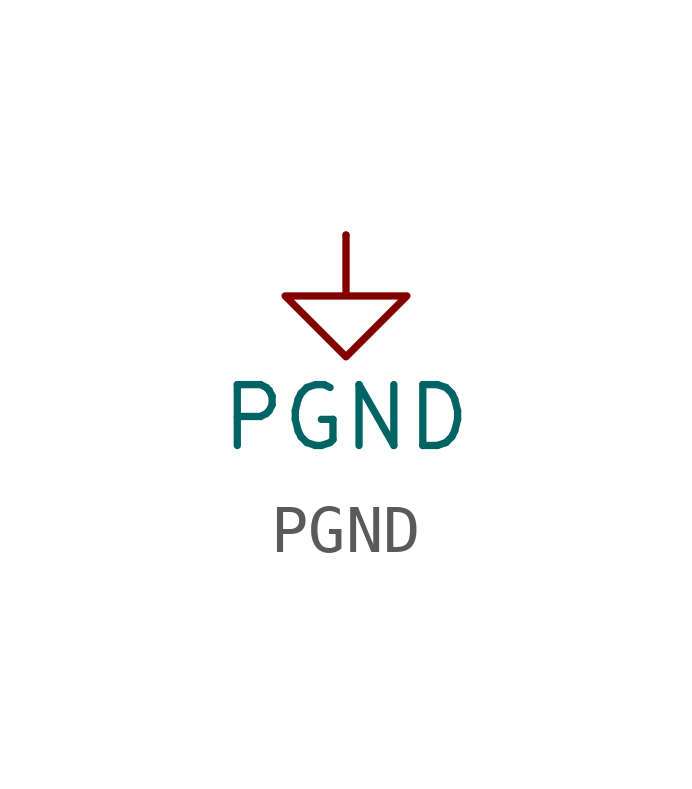
<source format=kicad_sym>
(kicad_symbol_lib
  (version 20241209)
  (generator "kicad_symbol_editor")
  (generator_version "9.0")
  (symbol "PGND"
    (power)
    (pin_numbers
      (hide yes))
    (pin_names
      (offset 0)
      (hide yes))
    (property "Reference" "#PWR"
      (at 0 -6.35 0)
      (effects (font (size 1.27 1.27)) (hide yes)))
    (property "Value" "PGND"
      (at 0 -3.81 0)
      (do_not_autoplace)
      (effects (font (size 1.27 1.27))))
    (symbol "PGND_0_1"
      (polyline (pts (xy 0 0) (xy 0 -1.27) (xy 1.27 -1.27) (xy 0 -2.54) (xy -1.27 -1.27) (xy 0 -1.27)) (stroke (width 0) (type default)) (fill (type none))))
    (symbol "PGND_1_1"
      (pin power_in line (at 0 0 270) (length 0) (name "~" (effects (font (size 1.27 1.27)))) (number "1" (effects (font (size 1.27 1.27))))))))
</source>
